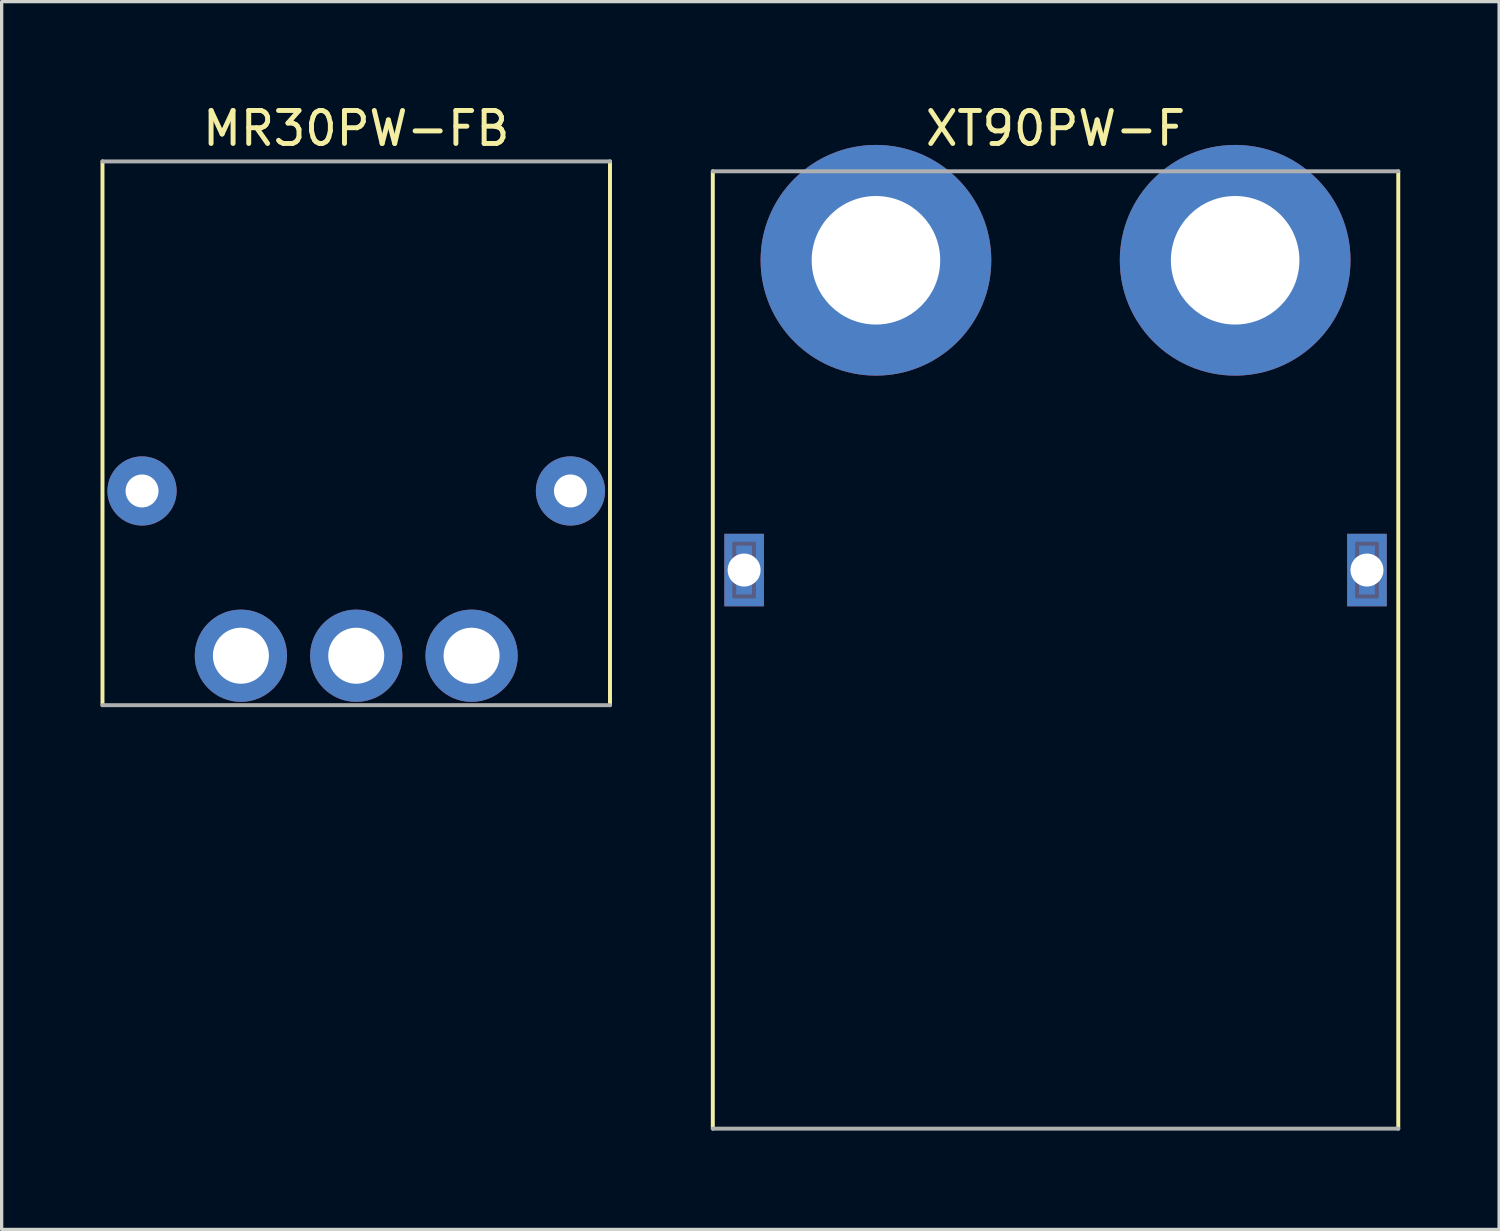
<source format=kicad_pcb>
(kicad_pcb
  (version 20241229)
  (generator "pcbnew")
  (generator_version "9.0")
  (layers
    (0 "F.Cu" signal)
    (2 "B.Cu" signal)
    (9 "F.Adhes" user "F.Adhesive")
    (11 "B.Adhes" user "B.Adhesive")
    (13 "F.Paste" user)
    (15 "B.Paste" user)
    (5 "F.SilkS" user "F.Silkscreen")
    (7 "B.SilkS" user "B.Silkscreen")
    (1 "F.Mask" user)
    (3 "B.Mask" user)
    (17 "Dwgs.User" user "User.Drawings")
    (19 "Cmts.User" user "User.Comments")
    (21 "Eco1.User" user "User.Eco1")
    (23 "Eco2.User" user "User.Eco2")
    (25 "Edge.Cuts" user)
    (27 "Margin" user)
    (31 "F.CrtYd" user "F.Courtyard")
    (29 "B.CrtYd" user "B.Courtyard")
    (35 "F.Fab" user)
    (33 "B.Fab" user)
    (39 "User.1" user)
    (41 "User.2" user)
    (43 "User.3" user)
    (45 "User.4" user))
  (footprint "MR30PW-FB"
    (layer "F.Cu")
    (at 7.76 16.848)
    (property "Reference" "MR30PW-FB" (at 0 -16 0) (layer "F.SilkS") (effects (font (size 1 1) (thickness 0.15))))
    (attr through_hole)
    (fp_line (start -7.7 -15) (end -7.7 1.5) (stroke (width 0.12) (type solid)) (layer "F.SilkS"))
    (fp_line (start 7.7 -15) (end 7.7 1.5) (stroke (width 0.12) (type solid)) (layer "F.SilkS"))
    (fp_line (start -7.7 -15) (end 7.7 -15) (stroke (width 0.12) (type solid)) (layer "F.Fab"))
    (fp_line (start -7.7 1.5) (end 7.7 1.5) (stroke (width 0.12) (type solid)) (layer "F.Fab"))
    (pad "1" thru_hole circle (at -3.5 0) (size 2.8 2.8) (drill 1.7) (layers "*.Cu" "*.Mask"))
    (pad "2" thru_hole circle (at 0 0) (size 2.8 2.8) (drill 1.7) (layers "*.Cu" "*.Mask"))
    (pad "3" thru_hole circle (at 3.5 0) (size 2.8 2.8) (drill 1.7) (layers "*.Cu" "*.Mask"))
    (pad "4" thru_hole circle (at -6.5 -5) (size 2.1 2.1) (drill 1) (layers "*.Cu" "*.Mask"))
    (pad "5" thru_hole circle (at 6.5 -5) (size 2.1 2.1) (drill 1) (layers "*.Cu" "*.Mask")))
  (footprint "XT90PW-F"
    (layer "F.Cu")
    (at 28.98 4.848)
    (property "Reference" "XT90PW-F" (at 0 -4 0) (layer "F.SilkS") (effects (font (size 1 1) (thickness 0.15))))
    (attr through_hole)
    (fp_line (start -10.4 -2.7) (end -10.4 26.35) (stroke (width 0.12) (type solid)) (layer "F.SilkS"))
    (fp_line (start 10.4 -2.7) (end 10.4 26.35) (stroke (width 0.12) (type solid)) (layer "F.SilkS"))
    (fp_line (start -9.75 8.6) (end -9.75 10.2) (stroke (width 0.12) (type solid)) (layer "B.Fab"))
    (fp_line (start -9.75 8.6) (end -9.15 8.6) (stroke (width 0.12) (type solid)) (layer "B.Fab"))
    (fp_line (start -9.75 10.2) (end -9.15 10.2) (stroke (width 0.12) (type solid)) (layer "B.Fab"))
    (fp_line (start -9.15 8.6) (end -9.15 10.2) (stroke (width 0.12) (type solid)) (layer "B.Fab"))
    (fp_line (start 9.15 8.6) (end 9.15 10.2) (stroke (width 0.12) (type solid)) (layer "B.Fab"))
    (fp_line (start 9.15 8.6) (end 9.75 8.6) (stroke (width 0.12) (type solid)) (layer "B.Fab"))
    (fp_line (start 9.15 10.2) (end 9.75 10.2) (stroke (width 0.12) (type solid)) (layer "B.Fab"))
    (fp_line (start 9.75 8.6) (end 9.75 10.2) (stroke (width 0.12) (type solid)) (layer "B.Fab"))
    (fp_line (start -10.4 -2.7) (end 10.4 -2.7) (stroke (width 0.12) (type solid)) (layer "F.Fab"))
    (fp_line (start -10.4 26.35) (end 10.4 26.35) (stroke (width 0.12) (type solid)) (layer "F.Fab"))
    (pad "1" thru_hole circle (at -5.45 0) (size 7 7) (drill 3.9) (layers "*.Cu" "*.Mask"))
    (pad "2" thru_hole circle (at 5.45 0) (size 7 7) (drill 3.9) (layers "*.Cu" "*.Mask"))
    (pad "3" thru_hole rect (at -9.45 9.4) (size 1.2 2.2) (drill 1) (layers "*.Cu" "*.Mask"))
    (pad "4" thru_hole rect (at 9.45 9.4) (size 1.2 2.2) (drill 1) (layers "*.Cu" "*.Mask")))
  (gr_rect
    (start -3 -3)
    (end 42.44 34.258)
    (stroke (width 0.1) (type default))
    (fill no)
    (layer "Edge.Cuts")))
</source>
